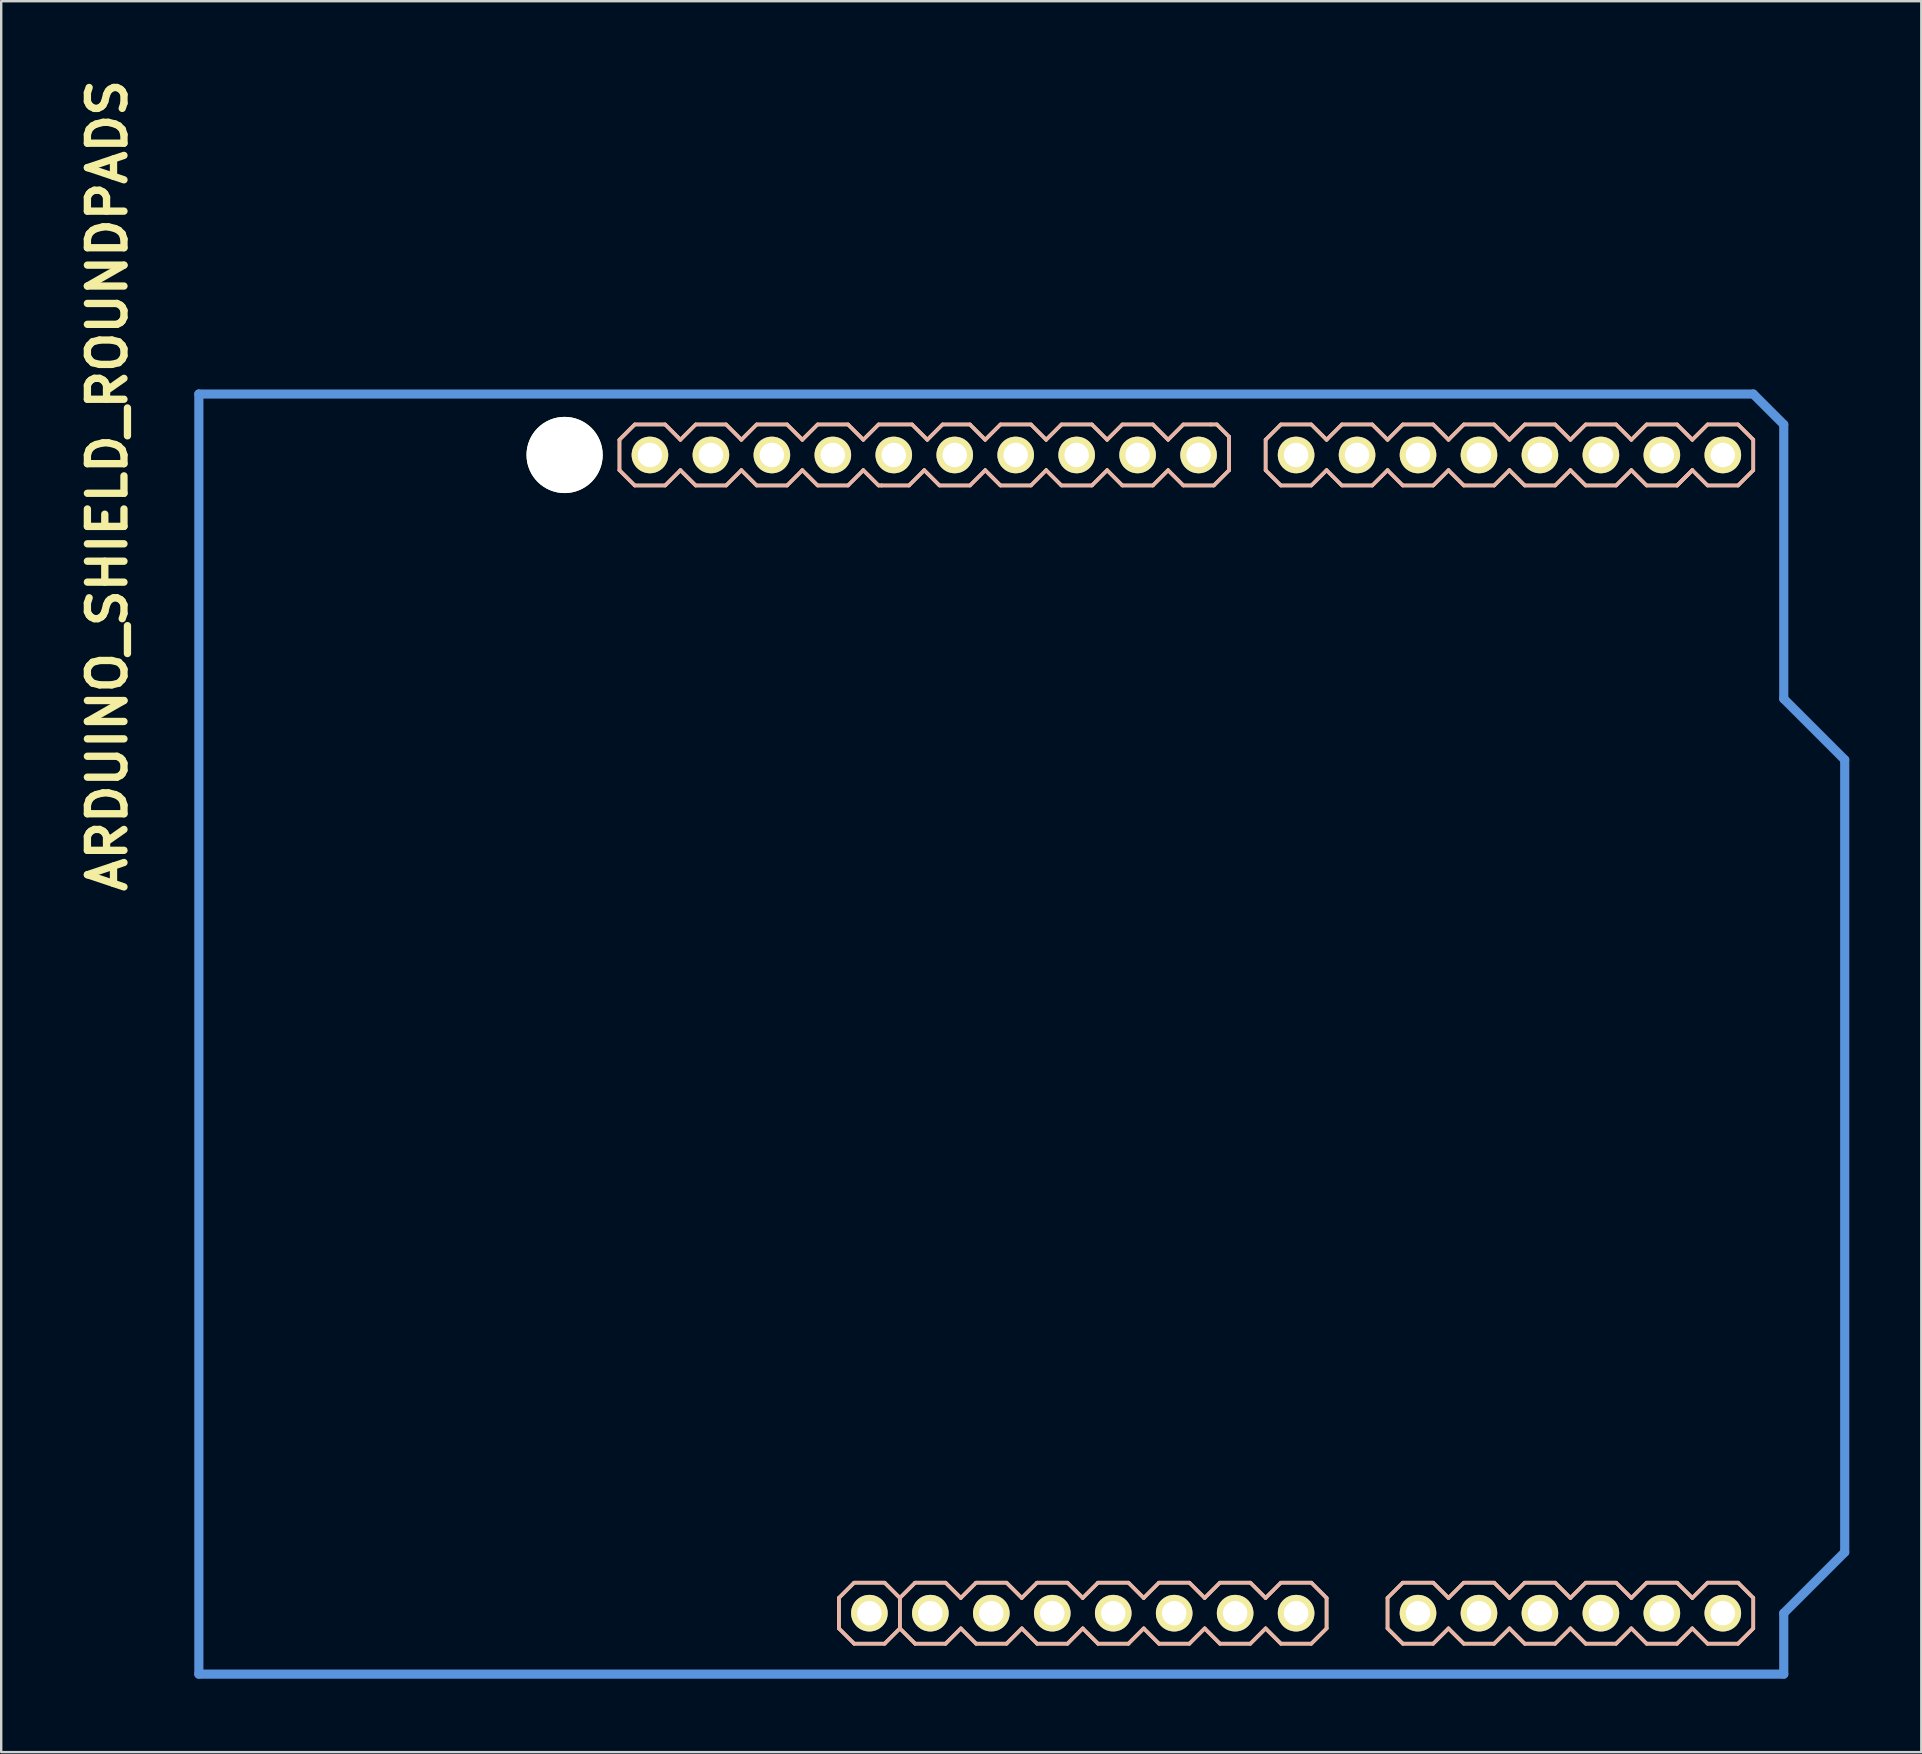
<source format=kicad_pcb>
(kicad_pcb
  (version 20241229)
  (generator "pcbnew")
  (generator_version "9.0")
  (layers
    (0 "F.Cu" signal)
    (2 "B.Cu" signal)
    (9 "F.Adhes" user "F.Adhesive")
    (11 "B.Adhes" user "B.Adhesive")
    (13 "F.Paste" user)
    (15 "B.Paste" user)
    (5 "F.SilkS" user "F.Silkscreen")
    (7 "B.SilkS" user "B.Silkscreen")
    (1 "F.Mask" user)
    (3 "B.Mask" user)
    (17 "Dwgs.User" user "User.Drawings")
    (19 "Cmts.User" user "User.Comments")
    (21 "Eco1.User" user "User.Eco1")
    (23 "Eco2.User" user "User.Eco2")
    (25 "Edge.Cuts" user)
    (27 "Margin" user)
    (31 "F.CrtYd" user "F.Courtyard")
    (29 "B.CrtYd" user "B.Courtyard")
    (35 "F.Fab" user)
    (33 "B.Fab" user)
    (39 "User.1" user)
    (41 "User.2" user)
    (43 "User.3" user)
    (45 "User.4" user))
  (footprint "ARDUINO_SHIELD_ROUNDPADS"
    (layer "F.Cu")
    (at 5.236 66.708)
    (property "Reference" "ARDUINO_SHIELD_ROUNDPADS" (at -3.81 -49.53 90) (layer "F.SilkS") (effects (font (size 1.524 1.524) (thickness 0.305))))
    (attr through_hole)
    (fp_line (start 17.526 -51.435) (end 17.526 -50.165) (stroke (width 0.15) (type solid)) (layer "F.SilkS"))
    (fp_line (start 18.161 -52.07) (end 17.526 -51.435) (stroke (width 0.15) (type solid)) (layer "F.SilkS"))
    (fp_line (start 18.161 -49.53) (end 17.526 -50.165) (stroke (width 0.15) (type solid)) (layer "F.SilkS"))
    (fp_line (start 19.431 -52.07) (end 18.161 -52.07) (stroke (width 0.15) (type solid)) (layer "F.SilkS"))
    (fp_line (start 19.431 -49.53) (end 18.161 -49.53) (stroke (width 0.15) (type solid)) (layer "F.SilkS"))
    (fp_line (start 20.066 -51.435) (end 19.431 -52.07) (stroke (width 0.15) (type solid)) (layer "F.SilkS"))
    (fp_line (start 20.066 -50.165) (end 19.431 -49.53) (stroke (width 0.15) (type solid)) (layer "F.SilkS"))
    (fp_line (start 20.701 -52.07) (end 20.066 -51.435) (stroke (width 0.15) (type solid)) (layer "F.SilkS"))
    (fp_line (start 20.701 -49.53) (end 20.066 -50.165) (stroke (width 0.15) (type solid)) (layer "F.SilkS"))
    (fp_line (start 21.971 -52.07) (end 20.701 -52.07) (stroke (width 0.15) (type solid)) (layer "F.SilkS"))
    (fp_line (start 21.971 -49.53) (end 20.701 -49.53) (stroke (width 0.15) (type solid)) (layer "F.SilkS"))
    (fp_line (start 22.606 -51.435) (end 21.971 -52.07) (stroke (width 0.15) (type solid)) (layer "F.SilkS"))
    (fp_line (start 22.606 -50.165) (end 21.971 -49.53) (stroke (width 0.15) (type solid)) (layer "F.SilkS"))
    (fp_line (start 23.241 -52.07) (end 22.606 -51.435) (stroke (width 0.15) (type solid)) (layer "F.SilkS"))
    (fp_line (start 23.241 -49.53) (end 22.606 -50.165) (stroke (width 0.15) (type solid)) (layer "F.SilkS"))
    (fp_line (start 24.511 -52.07) (end 23.241 -52.07) (stroke (width 0.15) (type solid)) (layer "F.SilkS"))
    (fp_line (start 24.511 -49.53) (end 23.241 -49.53) (stroke (width 0.15) (type solid)) (layer "F.SilkS"))
    (fp_line (start 25.146 -51.435) (end 24.511 -52.07) (stroke (width 0.15) (type solid)) (layer "F.SilkS"))
    (fp_line (start 25.146 -50.165) (end 24.511 -49.53) (stroke (width 0.15) (type solid)) (layer "F.SilkS"))
    (fp_line (start 25.781 -52.07) (end 25.146 -51.435) (stroke (width 0.15) (type solid)) (layer "F.SilkS"))
    (fp_line (start 25.781 -49.53) (end 25.146 -50.165) (stroke (width 0.15) (type solid)) (layer "F.SilkS"))
    (fp_line (start 26.67 -3.175) (end 27.305 -3.81) (stroke (width 0.15) (type solid)) (layer "F.SilkS"))
    (fp_line (start 26.67 -1.905) (end 26.67 -3.175) (stroke (width 0.15) (type solid)) (layer "F.SilkS"))
    (fp_line (start 27.051 -52.07) (end 25.781 -52.07) (stroke (width 0.15) (type solid)) (layer "F.SilkS"))
    (fp_line (start 27.051 -49.53) (end 25.781 -49.53) (stroke (width 0.15) (type solid)) (layer "F.SilkS"))
    (fp_line (start 27.305 -3.81) (end 28.575 -3.81) (stroke (width 0.15) (type solid)) (layer "F.SilkS"))
    (fp_line (start 27.305 -1.27) (end 26.67 -1.905) (stroke (width 0.15) (type solid)) (layer "F.SilkS"))
    (fp_line (start 27.686 -51.435) (end 27.051 -52.07) (stroke (width 0.15) (type solid)) (layer "F.SilkS"))
    (fp_line (start 27.686 -50.165) (end 27.051 -49.53) (stroke (width 0.15) (type solid)) (layer "F.SilkS"))
    (fp_line (start 28.321 -52.07) (end 27.686 -51.435) (stroke (width 0.15) (type solid)) (layer "F.SilkS"))
    (fp_line (start 28.321 -49.53) (end 27.686 -50.165) (stroke (width 0.15) (type solid)) (layer "F.SilkS"))
    (fp_line (start 28.448 -49.53) (end 28.321 -49.53) (stroke (width 0.15) (type solid)) (layer "F.SilkS"))
    (fp_line (start 28.575 -3.81) (end 29.21 -3.175) (stroke (width 0.15) (type solid)) (layer "F.SilkS"))
    (fp_line (start 28.575 -1.27) (end 27.305 -1.27) (stroke (width 0.15) (type solid)) (layer "F.SilkS"))
    (fp_line (start 29.21 -3.175) (end 29.21 -1.905) (stroke (width 0.15) (type solid)) (layer "F.SilkS"))
    (fp_line (start 29.21 -3.175) (end 29.845 -3.81) (stroke (width 0.15) (type solid)) (layer "F.SilkS"))
    (fp_line (start 29.21 -1.905) (end 28.575 -1.27) (stroke (width 0.15) (type solid)) (layer "F.SilkS"))
    (fp_line (start 29.591 -49.53) (end 28.448 -49.53) (stroke (width 0.15) (type solid)) (layer "F.SilkS"))
    (fp_line (start 29.718 -52.07) (end 28.321 -52.07) (stroke (width 0.15) (type solid)) (layer "F.SilkS"))
    (fp_line (start 29.845 -3.81) (end 31.115 -3.81) (stroke (width 0.15) (type solid)) (layer "F.SilkS"))
    (fp_line (start 29.845 -1.27) (end 29.21 -1.905) (stroke (width 0.15) (type solid)) (layer "F.SilkS"))
    (fp_line (start 30.226 -50.165) (end 29.591 -49.53) (stroke (width 0.15) (type solid)) (layer "F.SilkS"))
    (fp_line (start 30.353 -51.435) (end 29.718 -52.07) (stroke (width 0.15) (type solid)) (layer "F.SilkS"))
    (fp_line (start 30.861 -49.53) (end 30.226 -50.165) (stroke (width 0.15) (type solid)) (layer "F.SilkS"))
    (fp_line (start 30.988 -52.07) (end 30.353 -51.435) (stroke (width 0.15) (type solid)) (layer "F.SilkS"))
    (fp_line (start 31.115 -3.81) (end 31.75 -3.175) (stroke (width 0.15) (type solid)) (layer "F.SilkS"))
    (fp_line (start 31.115 -1.27) (end 29.845 -1.27) (stroke (width 0.15) (type solid)) (layer "F.SilkS"))
    (fp_line (start 31.75 -3.175) (end 32.385 -3.81) (stroke (width 0.15) (type solid)) (layer "F.SilkS"))
    (fp_line (start 31.75 -1.905) (end 31.115 -1.27) (stroke (width 0.15) (type solid)) (layer "F.SilkS"))
    (fp_line (start 32.131 -52.07) (end 30.988 -52.07) (stroke (width 0.15) (type solid)) (layer "F.SilkS"))
    (fp_line (start 32.131 -49.53) (end 30.861 -49.53) (stroke (width 0.15) (type solid)) (layer "F.SilkS"))
    (fp_line (start 32.385 -3.81) (end 33.655 -3.81) (stroke (width 0.15) (type solid)) (layer "F.SilkS"))
    (fp_line (start 32.385 -1.27) (end 31.75 -1.905) (stroke (width 0.15) (type solid)) (layer "F.SilkS"))
    (fp_line (start 32.385 -1.27) (end 33.655 -1.27) (stroke (width 0.15) (type solid)) (layer "F.SilkS"))
    (fp_line (start 32.766 -51.435) (end 32.131 -52.07) (stroke (width 0.15) (type solid)) (layer "F.SilkS"))
    (fp_line (start 32.766 -50.165) (end 32.131 -49.53) (stroke (width 0.15) (type solid)) (layer "F.SilkS"))
    (fp_line (start 33.401 -52.07) (end 32.766 -51.435) (stroke (width 0.15) (type solid)) (layer "F.SilkS"))
    (fp_line (start 33.401 -49.53) (end 32.766 -50.165) (stroke (width 0.15) (type solid)) (layer "F.SilkS"))
    (fp_line (start 33.655 -3.81) (end 34.29 -3.175) (stroke (width 0.15) (type solid)) (layer "F.SilkS"))
    (fp_line (start 34.29 -3.175) (end 34.925 -3.81) (stroke (width 0.15) (type solid)) (layer "F.SilkS"))
    (fp_line (start 34.29 -1.905) (end 33.655 -1.27) (stroke (width 0.15) (type solid)) (layer "F.SilkS"))
    (fp_line (start 34.671 -52.07) (end 33.401 -52.07) (stroke (width 0.15) (type solid)) (layer "F.SilkS"))
    (fp_line (start 34.671 -49.53) (end 33.401 -49.53) (stroke (width 0.15) (type solid)) (layer "F.SilkS"))
    (fp_line (start 34.925 -3.81) (end 36.195 -3.81) (stroke (width 0.15) (type solid)) (layer "F.SilkS"))
    (fp_line (start 34.925 -1.27) (end 34.29 -1.905) (stroke (width 0.15) (type solid)) (layer "F.SilkS"))
    (fp_line (start 35.306 -51.435) (end 34.671 -52.07) (stroke (width 0.15) (type solid)) (layer "F.SilkS"))
    (fp_line (start 35.306 -50.165) (end 34.671 -49.53) (stroke (width 0.15) (type solid)) (layer "F.SilkS"))
    (fp_line (start 35.941 -52.07) (end 35.306 -51.435) (stroke (width 0.15) (type solid)) (layer "F.SilkS"))
    (fp_line (start 35.941 -49.53) (end 35.306 -50.165) (stroke (width 0.15) (type solid)) (layer "F.SilkS"))
    (fp_line (start 36.195 -3.81) (end 36.83 -3.175) (stroke (width 0.15) (type solid)) (layer "F.SilkS"))
    (fp_line (start 36.195 -1.27) (end 34.925 -1.27) (stroke (width 0.15) (type solid)) (layer "F.SilkS"))
    (fp_line (start 36.83 -3.175) (end 37.465 -3.81) (stroke (width 0.15) (type solid)) (layer "F.SilkS"))
    (fp_line (start 36.83 -1.905) (end 36.195 -1.27) (stroke (width 0.15) (type solid)) (layer "F.SilkS"))
    (fp_line (start 37.211 -52.07) (end 35.941 -52.07) (stroke (width 0.15) (type solid)) (layer "F.SilkS"))
    (fp_line (start 37.211 -49.53) (end 35.941 -49.53) (stroke (width 0.15) (type solid)) (layer "F.SilkS"))
    (fp_line (start 37.465 -3.81) (end 38.735 -3.81) (stroke (width 0.15) (type solid)) (layer "F.SilkS"))
    (fp_line (start 37.465 -1.27) (end 36.83 -1.905) (stroke (width 0.15) (type solid)) (layer "F.SilkS"))
    (fp_line (start 37.846 -51.435) (end 37.211 -52.07) (stroke (width 0.15) (type solid)) (layer "F.SilkS"))
    (fp_line (start 37.846 -50.165) (end 37.211 -49.53) (stroke (width 0.15) (type solid)) (layer "F.SilkS"))
    (fp_line (start 38.481 -52.07) (end 37.846 -51.435) (stroke (width 0.15) (type solid)) (layer "F.SilkS"))
    (fp_line (start 38.481 -49.53) (end 37.846 -50.165) (stroke (width 0.15) (type solid)) (layer "F.SilkS"))
    (fp_line (start 38.735 -3.81) (end 39.37 -3.175) (stroke (width 0.15) (type solid)) (layer "F.SilkS"))
    (fp_line (start 38.735 -1.27) (end 37.465 -1.27) (stroke (width 0.15) (type solid)) (layer "F.SilkS"))
    (fp_line (start 39.37 -3.175) (end 40.005 -3.81) (stroke (width 0.15) (type solid)) (layer "F.SilkS"))
    (fp_line (start 39.37 -1.905) (end 38.735 -1.27) (stroke (width 0.15) (type solid)) (layer "F.SilkS"))
    (fp_line (start 39.751 -52.07) (end 38.481 -52.07) (stroke (width 0.15) (type solid)) (layer "F.SilkS"))
    (fp_line (start 39.751 -49.53) (end 38.481 -49.53) (stroke (width 0.15) (type solid)) (layer "F.SilkS"))
    (fp_line (start 40.005 -3.81) (end 41.275 -3.81) (stroke (width 0.15) (type solid)) (layer "F.SilkS"))
    (fp_line (start 40.005 -1.27) (end 39.37 -1.905) (stroke (width 0.15) (type solid)) (layer "F.SilkS"))
    (fp_line (start 40.386 -51.435) (end 39.751 -52.07) (stroke (width 0.15) (type solid)) (layer "F.SilkS"))
    (fp_line (start 40.386 -50.165) (end 39.751 -49.53) (stroke (width 0.15) (type solid)) (layer "F.SilkS"))
    (fp_line (start 41.021 -52.07) (end 40.386 -51.435) (stroke (width 0.15) (type solid)) (layer "F.SilkS"))
    (fp_line (start 41.021 -52.07) (end 42.164 -52.07) (stroke (width 0.15) (type solid)) (layer "F.SilkS"))
    (fp_line (start 41.021 -49.53) (end 40.386 -50.165) (stroke (width 0.15) (type solid)) (layer "F.SilkS"))
    (fp_line (start 41.275 -3.81) (end 41.91 -3.175) (stroke (width 0.15) (type solid)) (layer "F.SilkS"))
    (fp_line (start 41.275 -1.27) (end 40.005 -1.27) (stroke (width 0.15) (type solid)) (layer "F.SilkS"))
    (fp_line (start 41.91 -3.175) (end 42.545 -3.81) (stroke (width 0.15) (type solid)) (layer "F.SilkS"))
    (fp_line (start 41.91 -1.905) (end 41.275 -1.27) (stroke (width 0.15) (type solid)) (layer "F.SilkS"))
    (fp_line (start 42.291 -49.53) (end 41.021 -49.53) (stroke (width 0.15) (type solid)) (layer "F.SilkS"))
    (fp_line (start 42.418 -52.07) (end 42.164 -52.07) (stroke (width 0.15) (type solid)) (layer "F.SilkS"))
    (fp_line (start 42.545 -3.81) (end 43.815 -3.81) (stroke (width 0.15) (type solid)) (layer "F.SilkS"))
    (fp_line (start 42.545 -1.27) (end 41.91 -1.905) (stroke (width 0.15) (type solid)) (layer "F.SilkS"))
    (fp_line (start 42.926 -51.562) (end 42.418 -52.07) (stroke (width 0.15) (type solid)) (layer "F.SilkS"))
    (fp_line (start 42.926 -50.165) (end 42.291 -49.53) (stroke (width 0.15) (type solid)) (layer "F.SilkS"))
    (fp_line (start 42.926 -50.165) (end 42.926 -51.562) (stroke (width 0.15) (type solid)) (layer "F.SilkS"))
    (fp_line (start 43.815 -3.81) (end 44.45 -3.175) (stroke (width 0.15) (type solid)) (layer "F.SilkS"))
    (fp_line (start 43.815 -1.27) (end 42.545 -1.27) (stroke (width 0.15) (type solid)) (layer "F.SilkS"))
    (fp_line (start 44.45 -51.435) (end 45.085 -52.07) (stroke (width 0.15) (type solid)) (layer "F.SilkS"))
    (fp_line (start 44.45 -50.165) (end 44.45 -51.435) (stroke (width 0.15) (type solid)) (layer "F.SilkS"))
    (fp_line (start 44.45 -3.175) (end 45.085 -3.81) (stroke (width 0.15) (type solid)) (layer "F.SilkS"))
    (fp_line (start 44.45 -1.905) (end 43.815 -1.27) (stroke (width 0.15) (type solid)) (layer "F.SilkS"))
    (fp_line (start 45.085 -52.07) (end 46.355 -52.07) (stroke (width 0.15) (type solid)) (layer "F.SilkS"))
    (fp_line (start 45.085 -49.53) (end 44.45 -50.165) (stroke (width 0.15) (type solid)) (layer "F.SilkS"))
    (fp_line (start 45.085 -3.81) (end 46.355 -3.81) (stroke (width 0.15) (type solid)) (layer "F.SilkS"))
    (fp_line (start 45.085 -1.27) (end 44.45 -1.905) (stroke (width 0.15) (type solid)) (layer "F.SilkS"))
    (fp_line (start 46.355 -52.07) (end 46.99 -51.435) (stroke (width 0.15) (type solid)) (layer "F.SilkS"))
    (fp_line (start 46.355 -49.53) (end 45.085 -49.53) (stroke (width 0.15) (type solid)) (layer "F.SilkS"))
    (fp_line (start 46.355 -3.81) (end 46.99 -3.175) (stroke (width 0.15) (type solid)) (layer "F.SilkS"))
    (fp_line (start 46.355 -1.27) (end 45.085 -1.27) (stroke (width 0.15) (type solid)) (layer "F.SilkS"))
    (fp_line (start 46.99 -51.435) (end 47.625 -52.07) (stroke (width 0.15) (type solid)) (layer "F.SilkS"))
    (fp_line (start 46.99 -50.165) (end 46.355 -49.53) (stroke (width 0.15) (type solid)) (layer "F.SilkS"))
    (fp_line (start 46.99 -3.175) (end 46.99 -1.905) (stroke (width 0.15) (type solid)) (layer "F.SilkS"))
    (fp_line (start 46.99 -1.905) (end 46.355 -1.27) (stroke (width 0.15) (type solid)) (layer "F.SilkS"))
    (fp_line (start 47.625 -52.07) (end 48.895 -52.07) (stroke (width 0.15) (type solid)) (layer "F.SilkS"))
    (fp_line (start 47.625 -49.53) (end 46.99 -50.165) (stroke (width 0.15) (type solid)) (layer "F.SilkS"))
    (fp_line (start 48.895 -52.07) (end 49.53 -51.435) (stroke (width 0.15) (type solid)) (layer "F.SilkS"))
    (fp_line (start 48.895 -49.53) (end 47.625 -49.53) (stroke (width 0.15) (type solid)) (layer "F.SilkS"))
    (fp_line (start 49.53 -51.435) (end 50.165 -52.07) (stroke (width 0.15) (type solid)) (layer "F.SilkS"))
    (fp_line (start 49.53 -50.165) (end 48.895 -49.53) (stroke (width 0.15) (type solid)) (layer "F.SilkS"))
    (fp_line (start 49.53 -3.175) (end 49.53 -1.905) (stroke (width 0.15) (type solid)) (layer "F.SilkS"))
    (fp_line (start 49.53 -1.905) (end 50.165 -1.27) (stroke (width 0.15) (type solid)) (layer "F.SilkS"))
    (fp_line (start 50.165 -52.07) (end 51.435 -52.07) (stroke (width 0.15) (type solid)) (layer "F.SilkS"))
    (fp_line (start 50.165 -49.53) (end 49.53 -50.165) (stroke (width 0.15) (type solid)) (layer "F.SilkS"))
    (fp_line (start 50.165 -3.81) (end 49.53 -3.175) (stroke (width 0.15) (type solid)) (layer "F.SilkS"))
    (fp_line (start 50.165 -1.27) (end 51.435 -1.27) (stroke (width 0.15) (type solid)) (layer "F.SilkS"))
    (fp_line (start 51.435 -52.07) (end 52.07 -51.435) (stroke (width 0.15) (type solid)) (layer "F.SilkS"))
    (fp_line (start 51.435 -49.53) (end 50.165 -49.53) (stroke (width 0.15) (type solid)) (layer "F.SilkS"))
    (fp_line (start 51.435 -3.81) (end 50.165 -3.81) (stroke (width 0.15) (type solid)) (layer "F.SilkS"))
    (fp_line (start 51.435 -1.27) (end 52.07 -1.905) (stroke (width 0.15) (type solid)) (layer "F.SilkS"))
    (fp_line (start 52.07 -51.435) (end 52.705 -52.07) (stroke (width 0.15) (type solid)) (layer "F.SilkS"))
    (fp_line (start 52.07 -50.165) (end 51.435 -49.53) (stroke (width 0.15) (type solid)) (layer "F.SilkS"))
    (fp_line (start 52.07 -3.175) (end 51.435 -3.81) (stroke (width 0.15) (type solid)) (layer "F.SilkS"))
    (fp_line (start 52.07 -1.905) (end 52.705 -1.27) (stroke (width 0.15) (type solid)) (layer "F.SilkS"))
    (fp_line (start 52.705 -52.07) (end 53.975 -52.07) (stroke (width 0.15) (type solid)) (layer "F.SilkS"))
    (fp_line (start 52.705 -49.53) (end 52.07 -50.165) (stroke (width 0.15) (type solid)) (layer "F.SilkS"))
    (fp_line (start 52.705 -3.81) (end 52.07 -3.175) (stroke (width 0.15) (type solid)) (layer "F.SilkS"))
    (fp_line (start 52.705 -1.27) (end 53.975 -1.27) (stroke (width 0.15) (type solid)) (layer "F.SilkS"))
    (fp_line (start 53.975 -52.07) (end 54.61 -51.435) (stroke (width 0.15) (type solid)) (layer "F.SilkS"))
    (fp_line (start 53.975 -49.53) (end 52.705 -49.53) (stroke (width 0.15) (type solid)) (layer "F.SilkS"))
    (fp_line (start 53.975 -3.81) (end 52.705 -3.81) (stroke (width 0.15) (type solid)) (layer "F.SilkS"))
    (fp_line (start 53.975 -1.27) (end 54.61 -1.905) (stroke (width 0.15) (type solid)) (layer "F.SilkS"))
    (fp_line (start 54.61 -51.435) (end 55.245 -52.07) (stroke (width 0.15) (type solid)) (layer "F.SilkS"))
    (fp_line (start 54.61 -50.165) (end 53.975 -49.53) (stroke (width 0.15) (type solid)) (layer "F.SilkS"))
    (fp_line (start 54.61 -3.175) (end 53.975 -3.81) (stroke (width 0.15) (type solid)) (layer "F.SilkS"))
    (fp_line (start 54.61 -1.905) (end 55.245 -1.27) (stroke (width 0.15) (type solid)) (layer "F.SilkS"))
    (fp_line (start 55.245 -52.07) (end 56.515 -52.07) (stroke (width 0.15) (type solid)) (layer "F.SilkS"))
    (fp_line (start 55.245 -49.53) (end 54.61 -50.165) (stroke (width 0.15) (type solid)) (layer "F.SilkS"))
    (fp_line (start 55.245 -3.81) (end 54.61 -3.175) (stroke (width 0.15) (type solid)) (layer "F.SilkS"))
    (fp_line (start 55.245 -1.27) (end 56.515 -1.27) (stroke (width 0.15) (type solid)) (layer "F.SilkS"))
    (fp_line (start 56.515 -52.07) (end 57.15 -51.435) (stroke (width 0.15) (type solid)) (layer "F.SilkS"))
    (fp_line (start 56.515 -49.53) (end 55.245 -49.53) (stroke (width 0.15) (type solid)) (layer "F.SilkS"))
    (fp_line (start 56.515 -3.81) (end 55.245 -3.81) (stroke (width 0.15) (type solid)) (layer "F.SilkS"))
    (fp_line (start 56.515 -1.27) (end 57.15 -1.905) (stroke (width 0.15) (type solid)) (layer "F.SilkS"))
    (fp_line (start 57.15 -51.435) (end 57.785 -52.07) (stroke (width 0.15) (type solid)) (layer "F.SilkS"))
    (fp_line (start 57.15 -50.165) (end 56.515 -49.53) (stroke (width 0.15) (type solid)) (layer "F.SilkS"))
    (fp_line (start 57.15 -3.175) (end 56.515 -3.81) (stroke (width 0.15) (type solid)) (layer "F.SilkS"))
    (fp_line (start 57.15 -1.905) (end 57.785 -1.27) (stroke (width 0.15) (type solid)) (layer "F.SilkS"))
    (fp_line (start 57.785 -52.07) (end 59.055 -52.07) (stroke (width 0.15) (type solid)) (layer "F.SilkS"))
    (fp_line (start 57.785 -49.53) (end 57.15 -50.165) (stroke (width 0.15) (type solid)) (layer "F.SilkS"))
    (fp_line (start 57.785 -3.81) (end 57.15 -3.175) (stroke (width 0.15) (type solid)) (layer "F.SilkS"))
    (fp_line (start 57.785 -3.81) (end 59.055 -3.81) (stroke (width 0.15) (type solid)) (layer "F.SilkS"))
    (fp_line (start 57.785 -1.27) (end 59.055 -1.27) (stroke (width 0.15) (type solid)) (layer "F.SilkS"))
    (fp_line (start 59.055 -52.07) (end 59.69 -51.435) (stroke (width 0.15) (type solid)) (layer "F.SilkS"))
    (fp_line (start 59.055 -49.53) (end 57.785 -49.53) (stroke (width 0.15) (type solid)) (layer "F.SilkS"))
    (fp_line (start 59.055 -1.27) (end 59.69 -1.905) (stroke (width 0.15) (type solid)) (layer "F.SilkS"))
    (fp_line (start 59.69 -51.435) (end 60.325 -52.07) (stroke (width 0.15) (type solid)) (layer "F.SilkS"))
    (fp_line (start 59.69 -50.165) (end 59.055 -49.53) (stroke (width 0.15) (type solid)) (layer "F.SilkS"))
    (fp_line (start 59.69 -3.175) (end 59.055 -3.81) (stroke (width 0.15) (type solid)) (layer "F.SilkS"))
    (fp_line (start 59.69 -1.905) (end 60.325 -1.27) (stroke (width 0.15) (type solid)) (layer "F.SilkS"))
    (fp_line (start 60.325 -52.07) (end 61.595 -52.07) (stroke (width 0.15) (type solid)) (layer "F.SilkS"))
    (fp_line (start 60.325 -49.53) (end 59.69 -50.165) (stroke (width 0.15) (type solid)) (layer "F.SilkS"))
    (fp_line (start 60.325 -3.81) (end 59.69 -3.175) (stroke (width 0.15) (type solid)) (layer "F.SilkS"))
    (fp_line (start 60.325 -1.27) (end 61.595 -1.27) (stroke (width 0.15) (type solid)) (layer "F.SilkS"))
    (fp_line (start 61.595 -52.07) (end 62.23 -51.435) (stroke (width 0.15) (type solid)) (layer "F.SilkS"))
    (fp_line (start 61.595 -49.53) (end 60.325 -49.53) (stroke (width 0.15) (type solid)) (layer "F.SilkS"))
    (fp_line (start 61.595 -49.53) (end 62.23 -50.165) (stroke (width 0.15) (type solid)) (layer "F.SilkS"))
    (fp_line (start 61.595 -3.81) (end 60.325 -3.81) (stroke (width 0.15) (type solid)) (layer "F.SilkS"))
    (fp_line (start 61.595 -1.27) (end 62.23 -1.905) (stroke (width 0.15) (type solid)) (layer "F.SilkS"))
    (fp_line (start 62.23 -51.435) (end 62.865 -52.07) (stroke (width 0.15) (type solid)) (layer "F.SilkS"))
    (fp_line (start 62.23 -50.165) (end 61.595 -49.53) (stroke (width 0.15) (type solid)) (layer "F.SilkS"))
    (fp_line (start 62.23 -3.175) (end 61.595 -3.81) (stroke (width 0.15) (type solid)) (layer "F.SilkS"))
    (fp_line (start 62.23 -1.905) (end 62.865 -1.27) (stroke (width 0.15) (type solid)) (layer "F.SilkS"))
    (fp_line (start 62.865 -52.07) (end 64.135 -52.07) (stroke (width 0.15) (type solid)) (layer "F.SilkS"))
    (fp_line (start 62.865 -49.53) (end 62.23 -50.165) (stroke (width 0.15) (type solid)) (layer "F.SilkS"))
    (fp_line (start 62.865 -49.53) (end 64.135 -49.53) (stroke (width 0.15) (type solid)) (layer "F.SilkS"))
    (fp_line (start 62.865 -3.81) (end 62.23 -3.175) (stroke (width 0.15) (type solid)) (layer "F.SilkS"))
    (fp_line (start 62.865 -1.27) (end 64.135 -1.27) (stroke (width 0.15) (type solid)) (layer "F.SilkS"))
    (fp_line (start 64.135 -52.07) (end 64.77 -51.435) (stroke (width 0.15) (type solid)) (layer "F.SilkS"))
    (fp_line (start 64.135 -3.81) (end 62.865 -3.81) (stroke (width 0.15) (type solid)) (layer "F.SilkS"))
    (fp_line (start 64.135 -1.27) (end 64.77 -1.905) (stroke (width 0.15) (type solid)) (layer "F.SilkS"))
    (fp_line (start 64.77 -51.435) (end 64.77 -50.165) (stroke (width 0.15) (type solid)) (layer "F.SilkS"))
    (fp_line (start 64.77 -50.165) (end 64.135 -49.53) (stroke (width 0.15) (type solid)) (layer "F.SilkS"))
    (fp_line (start 64.77 -3.175) (end 64.135 -3.81) (stroke (width 0.15) (type solid)) (layer "F.SilkS"))
    (fp_line (start 64.77 -1.905) (end 64.77 -3.175) (stroke (width 0.15) (type solid)) (layer "F.SilkS"))
    (fp_line (start 17.526 -51.435) (end 17.526 -50.165) (stroke (width 0.15) (type solid)) (layer "B.SilkS"))
    (fp_line (start 18.161 -52.07) (end 17.526 -51.435) (stroke (width 0.15) (type solid)) (layer "B.SilkS"))
    (fp_line (start 18.161 -49.53) (end 17.526 -50.165) (stroke (width 0.15) (type solid)) (layer "B.SilkS"))
    (fp_line (start 19.431 -52.07) (end 18.161 -52.07) (stroke (width 0.15) (type solid)) (layer "B.SilkS"))
    (fp_line (start 19.431 -49.53) (end 18.161 -49.53) (stroke (width 0.15) (type solid)) (layer "B.SilkS"))
    (fp_line (start 20.066 -51.435) (end 19.431 -52.07) (stroke (width 0.15) (type solid)) (layer "B.SilkS"))
    (fp_line (start 20.066 -50.165) (end 19.431 -49.53) (stroke (width 0.15) (type solid)) (layer "B.SilkS"))
    (fp_line (start 20.701 -52.07) (end 20.066 -51.435) (stroke (width 0.15) (type solid)) (layer "B.SilkS"))
    (fp_line (start 20.701 -49.53) (end 20.066 -50.165) (stroke (width 0.15) (type solid)) (layer "B.SilkS"))
    (fp_line (start 21.971 -52.07) (end 20.701 -52.07) (stroke (width 0.15) (type solid)) (layer "B.SilkS"))
    (fp_line (start 21.971 -49.53) (end 20.701 -49.53) (stroke (width 0.15) (type solid)) (layer "B.SilkS"))
    (fp_line (start 22.606 -51.435) (end 21.971 -52.07) (stroke (width 0.15) (type solid)) (layer "B.SilkS"))
    (fp_line (start 22.606 -50.165) (end 21.971 -49.53) (stroke (width 0.15) (type solid)) (layer "B.SilkS"))
    (fp_line (start 23.241 -52.07) (end 22.606 -51.435) (stroke (width 0.15) (type solid)) (layer "B.SilkS"))
    (fp_line (start 23.241 -49.53) (end 22.606 -50.165) (stroke (width 0.15) (type solid)) (layer "B.SilkS"))
    (fp_line (start 24.511 -52.07) (end 23.241 -52.07) (stroke (width 0.15) (type solid)) (layer "B.SilkS"))
    (fp_line (start 24.511 -49.53) (end 23.241 -49.53) (stroke (width 0.15) (type solid)) (layer "B.SilkS"))
    (fp_line (start 25.146 -51.435) (end 24.511 -52.07) (stroke (width 0.15) (type solid)) (layer "B.SilkS"))
    (fp_line (start 25.146 -50.165) (end 24.511 -49.53) (stroke (width 0.15) (type solid)) (layer "B.SilkS"))
    (fp_line (start 25.781 -52.07) (end 25.146 -51.435) (stroke (width 0.15) (type solid)) (layer "B.SilkS"))
    (fp_line (start 25.781 -49.53) (end 25.146 -50.165) (stroke (width 0.15) (type solid)) (layer "B.SilkS"))
    (fp_line (start 26.67 -3.175) (end 27.305 -3.81) (stroke (width 0.15) (type solid)) (layer "B.SilkS"))
    (fp_line (start 26.67 -1.905) (end 26.67 -3.175) (stroke (width 0.15) (type solid)) (layer "B.SilkS"))
    (fp_line (start 27.051 -52.07) (end 25.781 -52.07) (stroke (width 0.15) (type solid)) (layer "B.SilkS"))
    (fp_line (start 27.051 -49.53) (end 25.781 -49.53) (stroke (width 0.15) (type solid)) (layer "B.SilkS"))
    (fp_line (start 27.305 -3.81) (end 28.575 -3.81) (stroke (width 0.15) (type solid)) (layer "B.SilkS"))
    (fp_line (start 27.305 -1.27) (end 26.67 -1.905) (stroke (width 0.15) (type solid)) (layer "B.SilkS"))
    (fp_line (start 27.686 -51.435) (end 27.051 -52.07) (stroke (width 0.15) (type solid)) (layer "B.SilkS"))
    (fp_line (start 27.686 -50.165) (end 27.051 -49.53) (stroke (width 0.15) (type solid)) (layer "B.SilkS"))
    (fp_line (start 28.321 -52.07) (end 27.686 -51.435) (stroke (width 0.15) (type solid)) (layer "B.SilkS"))
    (fp_line (start 28.321 -49.53) (end 27.686 -50.165) (stroke (width 0.15) (type solid)) (layer "B.SilkS"))
    (fp_line (start 28.448 -49.53) (end 28.321 -49.53) (stroke (width 0.15) (type solid)) (layer "B.SilkS"))
    (fp_line (start 28.575 -3.81) (end 29.21 -3.175) (stroke (width 0.15) (type solid)) (layer "B.SilkS"))
    (fp_line (start 28.575 -1.27) (end 27.305 -1.27) (stroke (width 0.15) (type solid)) (layer "B.SilkS"))
    (fp_line (start 29.21 -3.175) (end 29.21 -1.905) (stroke (width 0.15) (type solid)) (layer "B.SilkS"))
    (fp_line (start 29.21 -3.175) (end 29.845 -3.81) (stroke (width 0.15) (type solid)) (layer "B.SilkS"))
    (fp_line (start 29.21 -1.905) (end 28.575 -1.27) (stroke (width 0.15) (type solid)) (layer "B.SilkS"))
    (fp_line (start 29.591 -49.53) (end 28.448 -49.53) (stroke (width 0.15) (type solid)) (layer "B.SilkS"))
    (fp_line (start 29.718 -52.07) (end 28.321 -52.07) (stroke (width 0.15) (type solid)) (layer "B.SilkS"))
    (fp_line (start 29.845 -3.81) (end 31.115 -3.81) (stroke (width 0.15) (type solid)) (layer "B.SilkS"))
    (fp_line (start 29.845 -1.27) (end 29.21 -1.905) (stroke (width 0.15) (type solid)) (layer "B.SilkS"))
    (fp_line (start 30.226 -50.165) (end 29.591 -49.53) (stroke (width 0.15) (type solid)) (layer "B.SilkS"))
    (fp_line (start 30.353 -51.435) (end 29.718 -52.07) (stroke (width 0.15) (type solid)) (layer "B.SilkS"))
    (fp_line (start 30.861 -49.53) (end 30.226 -50.165) (stroke (width 0.15) (type solid)) (layer "B.SilkS"))
    (fp_line (start 30.988 -52.07) (end 30.353 -51.435) (stroke (width 0.15) (type solid)) (layer "B.SilkS"))
    (fp_line (start 31.115 -3.81) (end 31.75 -3.175) (stroke (width 0.15) (type solid)) (layer "B.SilkS"))
    (fp_line (start 31.115 -1.27) (end 29.845 -1.27) (stroke (width 0.15) (type solid)) (layer "B.SilkS"))
    (fp_line (start 31.75 -3.175) (end 32.385 -3.81) (stroke (width 0.15) (type solid)) (layer "B.SilkS"))
    (fp_line (start 31.75 -1.905) (end 31.115 -1.27) (stroke (width 0.15) (type solid)) (layer "B.SilkS"))
    (fp_line (start 32.131 -52.07) (end 30.988 -52.07) (stroke (width 0.15) (type solid)) (layer "B.SilkS"))
    (fp_line (start 32.131 -49.53) (end 30.861 -49.53) (stroke (width 0.15) (type solid)) (layer "B.SilkS"))
    (fp_line (start 32.385 -3.81) (end 33.655 -3.81) (stroke (width 0.15) (type solid)) (layer "B.SilkS"))
    (fp_line (start 32.385 -1.27) (end 31.75 -1.905) (stroke (width 0.15) (type solid)) (layer "B.SilkS"))
    (fp_line (start 32.385 -1.27) (end 33.655 -1.27) (stroke (width 0.15) (type solid)) (layer "B.SilkS"))
    (fp_line (start 32.766 -51.435) (end 32.131 -52.07) (stroke (width 0.15) (type solid)) (layer "B.SilkS"))
    (fp_line (start 32.766 -50.165) (end 32.131 -49.53) (stroke (width 0.15) (type solid)) (layer "B.SilkS"))
    (fp_line (start 33.401 -52.07) (end 32.766 -51.435) (stroke (width 0.15) (type solid)) (layer "B.SilkS"))
    (fp_line (start 33.401 -49.53) (end 32.766 -50.165) (stroke (width 0.15) (type solid)) (layer "B.SilkS"))
    (fp_line (start 33.655 -3.81) (end 34.29 -3.175) (stroke (width 0.15) (type solid)) (layer "B.SilkS"))
    (fp_line (start 34.29 -3.175) (end 34.925 -3.81) (stroke (width 0.15) (type solid)) (layer "B.SilkS"))
    (fp_line (start 34.29 -1.905) (end 33.655 -1.27) (stroke (width 0.15) (type solid)) (layer "B.SilkS"))
    (fp_line (start 34.671 -52.07) (end 33.401 -52.07) (stroke (width 0.15) (type solid)) (layer "B.SilkS"))
    (fp_line (start 34.671 -49.53) (end 33.401 -49.53) (stroke (width 0.15) (type solid)) (layer "B.SilkS"))
    (fp_line (start 34.925 -3.81) (end 36.195 -3.81) (stroke (width 0.15) (type solid)) (layer "B.SilkS"))
    (fp_line (start 34.925 -1.27) (end 34.29 -1.905) (stroke (width 0.15) (type solid)) (layer "B.SilkS"))
    (fp_line (start 35.306 -51.435) (end 34.671 -52.07) (stroke (width 0.15) (type solid)) (layer "B.SilkS"))
    (fp_line (start 35.306 -50.165) (end 34.671 -49.53) (stroke (width 0.15) (type solid)) (layer "B.SilkS"))
    (fp_line (start 35.941 -52.07) (end 35.306 -51.435) (stroke (width 0.15) (type solid)) (layer "B.SilkS"))
    (fp_line (start 35.941 -49.53) (end 35.306 -50.165) (stroke (width 0.15) (type solid)) (layer "B.SilkS"))
    (fp_line (start 36.195 -3.81) (end 36.83 -3.175) (stroke (width 0.15) (type solid)) (layer "B.SilkS"))
    (fp_line (start 36.195 -1.27) (end 34.925 -1.27) (stroke (width 0.15) (type solid)) (layer "B.SilkS"))
    (fp_line (start 36.83 -3.175) (end 37.465 -3.81) (stroke (width 0.15) (type solid)) (layer "B.SilkS"))
    (fp_line (start 36.83 -1.905) (end 36.195 -1.27) (stroke (width 0.15) (type solid)) (layer "B.SilkS"))
    (fp_line (start 37.211 -52.07) (end 35.941 -52.07) (stroke (width 0.15) (type solid)) (layer "B.SilkS"))
    (fp_line (start 37.211 -49.53) (end 35.941 -49.53) (stroke (width 0.15) (type solid)) (layer "B.SilkS"))
    (fp_line (start 37.465 -3.81) (end 38.735 -3.81) (stroke (width 0.15) (type solid)) (layer "B.SilkS"))
    (fp_line (start 37.465 -1.27) (end 36.83 -1.905) (stroke (width 0.15) (type solid)) (layer "B.SilkS"))
    (fp_line (start 37.846 -51.435) (end 37.211 -52.07) (stroke (width 0.15) (type solid)) (layer "B.SilkS"))
    (fp_line (start 37.846 -50.165) (end 37.211 -49.53) (stroke (width 0.15) (type solid)) (layer "B.SilkS"))
    (fp_line (start 38.481 -52.07) (end 37.846 -51.435) (stroke (width 0.15) (type solid)) (layer "B.SilkS"))
    (fp_line (start 38.481 -49.53) (end 37.846 -50.165) (stroke (width 0.15) (type solid)) (layer "B.SilkS"))
    (fp_line (start 38.735 -3.81) (end 39.37 -3.175) (stroke (width 0.15) (type solid)) (layer "B.SilkS"))
    (fp_line (start 38.735 -1.27) (end 37.465 -1.27) (stroke (width 0.15) (type solid)) (layer "B.SilkS"))
    (fp_line (start 39.37 -3.175) (end 40.005 -3.81) (stroke (width 0.15) (type solid)) (layer "B.SilkS"))
    (fp_line (start 39.37 -1.905) (end 38.735 -1.27) (stroke (width 0.15) (type solid)) (layer "B.SilkS"))
    (fp_line (start 39.751 -52.07) (end 38.481 -52.07) (stroke (width 0.15) (type solid)) (layer "B.SilkS"))
    (fp_line (start 39.751 -49.53) (end 38.481 -49.53) (stroke (width 0.15) (type solid)) (layer "B.SilkS"))
    (fp_line (start 40.005 -3.81) (end 41.275 -3.81) (stroke (width 0.15) (type solid)) (layer "B.SilkS"))
    (fp_line (start 40.005 -1.27) (end 39.37 -1.905) (stroke (width 0.15) (type solid)) (layer "B.SilkS"))
    (fp_line (start 40.386 -51.435) (end 39.751 -52.07) (stroke (width 0.15) (type solid)) (layer "B.SilkS"))
    (fp_line (start 40.386 -50.165) (end 39.751 -49.53) (stroke (width 0.15) (type solid)) (layer "B.SilkS"))
    (fp_line (start 41.021 -52.07) (end 40.386 -51.435) (stroke (width 0.15) (type solid)) (layer "B.SilkS"))
    (fp_line (start 41.021 -52.07) (end 42.164 -52.07) (stroke (width 0.15) (type solid)) (layer "B.SilkS"))
    (fp_line (start 41.021 -49.53) (end 40.386 -50.165) (stroke (width 0.15) (type solid)) (layer "B.SilkS"))
    (fp_line (start 41.275 -3.81) (end 41.91 -3.175) (stroke (width 0.15) (type solid)) (layer "B.SilkS"))
    (fp_line (start 41.275 -1.27) (end 40.005 -1.27) (stroke (width 0.15) (type solid)) (layer "B.SilkS"))
    (fp_line (start 41.91 -3.175) (end 42.545 -3.81) (stroke (width 0.15) (type solid)) (layer "B.SilkS"))
    (fp_line (start 41.91 -1.905) (end 41.275 -1.27) (stroke (width 0.15) (type solid)) (layer "B.SilkS"))
    (fp_line (start 42.291 -49.53) (end 41.021 -49.53) (stroke (width 0.15) (type solid)) (layer "B.SilkS"))
    (fp_line (start 42.418 -52.07) (end 42.164 -52.07) (stroke (width 0.15) (type solid)) (layer "B.SilkS"))
    (fp_line (start 42.545 -3.81) (end 43.815 -3.81) (stroke (width 0.15) (type solid)) (layer "B.SilkS"))
    (fp_line (start 42.545 -1.27) (end 41.91 -1.905) (stroke (width 0.15) (type solid)) (layer "B.SilkS"))
    (fp_line (start 42.926 -51.562) (end 42.418 -52.07) (stroke (width 0.15) (type solid)) (layer "B.SilkS"))
    (fp_line (start 42.926 -50.165) (end 42.291 -49.53) (stroke (width 0.15) (type solid)) (layer "B.SilkS"))
    (fp_line (start 42.926 -50.165) (end 42.926 -51.562) (stroke (width 0.15) (type solid)) (layer "B.SilkS"))
    (fp_line (start 43.815 -3.81) (end 44.45 -3.175) (stroke (width 0.15) (type solid)) (layer "B.SilkS"))
    (fp_line (start 43.815 -1.27) (end 42.545 -1.27) (stroke (width 0.15) (type solid)) (layer "B.SilkS"))
    (fp_line (start 44.45 -51.435) (end 45.085 -52.07) (stroke (width 0.15) (type solid)) (layer "B.SilkS"))
    (fp_line (start 44.45 -50.165) (end 44.45 -51.435) (stroke (width 0.15) (type solid)) (layer "B.SilkS"))
    (fp_line (start 44.45 -3.175) (end 45.085 -3.81) (stroke (width 0.15) (type solid)) (layer "B.SilkS"))
    (fp_line (start 44.45 -1.905) (end 43.815 -1.27) (stroke (width 0.15) (type solid)) (layer "B.SilkS"))
    (fp_line (start 45.085 -52.07) (end 46.355 -52.07) (stroke (width 0.15) (type solid)) (layer "B.SilkS"))
    (fp_line (start 45.085 -49.53) (end 44.45 -50.165) (stroke (width 0.15) (type solid)) (layer "B.SilkS"))
    (fp_line (start 45.085 -3.81) (end 46.355 -3.81) (stroke (width 0.15) (type solid)) (layer "B.SilkS"))
    (fp_line (start 45.085 -1.27) (end 44.45 -1.905) (stroke (width 0.15) (type solid)) (layer "B.SilkS"))
    (fp_line (start 46.355 -52.07) (end 46.99 -51.435) (stroke (width 0.15) (type solid)) (layer "B.SilkS"))
    (fp_line (start 46.355 -49.53) (end 45.085 -49.53) (stroke (width 0.15) (type solid)) (layer "B.SilkS"))
    (fp_line (start 46.355 -3.81) (end 46.99 -3.175) (stroke (width 0.15) (type solid)) (layer "B.SilkS"))
    (fp_line (start 46.355 -1.27) (end 45.085 -1.27) (stroke (width 0.15) (type solid)) (layer "B.SilkS"))
    (fp_line (start 46.99 -51.435) (end 47.625 -52.07) (stroke (width 0.15) (type solid)) (layer "B.SilkS"))
    (fp_line (start 46.99 -50.165) (end 46.355 -49.53) (stroke (width 0.15) (type solid)) (layer "B.SilkS"))
    (fp_line (start 46.99 -3.175) (end 46.99 -1.905) (stroke (width 0.15) (type solid)) (layer "B.SilkS"))
    (fp_line (start 46.99 -1.905) (end 46.355 -1.27) (stroke (width 0.15) (type solid)) (layer "B.SilkS"))
    (fp_line (start 47.625 -52.07) (end 48.895 -52.07) (stroke (width 0.15) (type solid)) (layer "B.SilkS"))
    (fp_line (start 47.625 -49.53) (end 46.99 -50.165) (stroke (width 0.15) (type solid)) (layer "B.SilkS"))
    (fp_line (start 48.895 -52.07) (end 49.53 -51.435) (stroke (width 0.15) (type solid)) (layer "B.SilkS"))
    (fp_line (start 48.895 -49.53) (end 47.625 -49.53) (stroke (width 0.15) (type solid)) (layer "B.SilkS"))
    (fp_line (start 49.53 -51.435) (end 50.165 -52.07) (stroke (width 0.15) (type solid)) (layer "B.SilkS"))
    (fp_line (start 49.53 -50.165) (end 48.895 -49.53) (stroke (width 0.15) (type solid)) (layer "B.SilkS"))
    (fp_line (start 49.53 -3.175) (end 49.53 -1.905) (stroke (width 0.15) (type solid)) (layer "B.SilkS"))
    (fp_line (start 49.53 -1.905) (end 50.165 -1.27) (stroke (width 0.15) (type solid)) (layer "B.SilkS"))
    (fp_line (start 50.165 -52.07) (end 51.435 -52.07) (stroke (width 0.15) (type solid)) (layer "B.SilkS"))
    (fp_line (start 50.165 -49.53) (end 49.53 -50.165) (stroke (width 0.15) (type solid)) (layer "B.SilkS"))
    (fp_line (start 50.165 -3.81) (end 49.53 -3.175) (stroke (width 0.15) (type solid)) (layer "B.SilkS"))
    (fp_line (start 50.165 -1.27) (end 51.435 -1.27) (stroke (width 0.15) (type solid)) (layer "B.SilkS"))
    (fp_line (start 51.435 -52.07) (end 52.07 -51.435) (stroke (width 0.15) (type solid)) (layer "B.SilkS"))
    (fp_line (start 51.435 -49.53) (end 50.165 -49.53) (stroke (width 0.15) (type solid)) (layer "B.SilkS"))
    (fp_line (start 51.435 -3.81) (end 50.165 -3.81) (stroke (width 0.15) (type solid)) (layer "B.SilkS"))
    (fp_line (start 51.435 -1.27) (end 52.07 -1.905) (stroke (width 0.15) (type solid)) (layer "B.SilkS"))
    (fp_line (start 52.07 -51.435) (end 52.705 -52.07) (stroke (width 0.15) (type solid)) (layer "B.SilkS"))
    (fp_line (start 52.07 -50.165) (end 51.435 -49.53) (stroke (width 0.15) (type solid)) (layer "B.SilkS"))
    (fp_line (start 52.07 -3.175) (end 51.435 -3.81) (stroke (width 0.15) (type solid)) (layer "B.SilkS"))
    (fp_line (start 52.07 -1.905) (end 52.705 -1.27) (stroke (width 0.15) (type solid)) (layer "B.SilkS"))
    (fp_line (start 52.705 -52.07) (end 53.975 -52.07) (stroke (width 0.15) (type solid)) (layer "B.SilkS"))
    (fp_line (start 52.705 -49.53) (end 52.07 -50.165) (stroke (width 0.15) (type solid)) (layer "B.SilkS"))
    (fp_line (start 52.705 -3.81) (end 52.07 -3.175) (stroke (width 0.15) (type solid)) (layer "B.SilkS"))
    (fp_line (start 52.705 -1.27) (end 53.975 -1.27) (stroke (width 0.15) (type solid)) (layer "B.SilkS"))
    (fp_line (start 53.975 -52.07) (end 54.61 -51.435) (stroke (width 0.15) (type solid)) (layer "B.SilkS"))
    (fp_line (start 53.975 -49.53) (end 52.705 -49.53) (stroke (width 0.15) (type solid)) (layer "B.SilkS"))
    (fp_line (start 53.975 -3.81) (end 52.705 -3.81) (stroke (width 0.15) (type solid)) (layer "B.SilkS"))
    (fp_line (start 53.975 -1.27) (end 54.61 -1.905) (stroke (width 0.15) (type solid)) (layer "B.SilkS"))
    (fp_line (start 54.61 -51.435) (end 55.245 -52.07) (stroke (width 0.15) (type solid)) (layer "B.SilkS"))
    (fp_line (start 54.61 -50.165) (end 53.975 -49.53) (stroke (width 0.15) (type solid)) (layer "B.SilkS"))
    (fp_line (start 54.61 -3.175) (end 53.975 -3.81) (stroke (width 0.15) (type solid)) (layer "B.SilkS"))
    (fp_line (start 54.61 -1.905) (end 55.245 -1.27) (stroke (width 0.15) (type solid)) (layer "B.SilkS"))
    (fp_line (start 55.245 -52.07) (end 56.515 -52.07) (stroke (width 0.15) (type solid)) (layer "B.SilkS"))
    (fp_line (start 55.245 -49.53) (end 54.61 -50.165) (stroke (width 0.15) (type solid)) (layer "B.SilkS"))
    (fp_line (start 55.245 -3.81) (end 54.61 -3.175) (stroke (width 0.15) (type solid)) (layer "B.SilkS"))
    (fp_line (start 55.245 -1.27) (end 56.515 -1.27) (stroke (width 0.15) (type solid)) (layer "B.SilkS"))
    (fp_line (start 56.515 -52.07) (end 57.15 -51.435) (stroke (width 0.15) (type solid)) (layer "B.SilkS"))
    (fp_line (start 56.515 -49.53) (end 55.245 -49.53) (stroke (width 0.15) (type solid)) (layer "B.SilkS"))
    (fp_line (start 56.515 -3.81) (end 55.245 -3.81) (stroke (width 0.15) (type solid)) (layer "B.SilkS"))
    (fp_line (start 56.515 -1.27) (end 57.15 -1.905) (stroke (width 0.15) (type solid)) (layer "B.SilkS"))
    (fp_line (start 57.15 -51.435) (end 57.785 -52.07) (stroke (width 0.15) (type solid)) (layer "B.SilkS"))
    (fp_line (start 57.15 -50.165) (end 56.515 -49.53) (stroke (width 0.15) (type solid)) (layer "B.SilkS"))
    (fp_line (start 57.15 -3.175) (end 56.515 -3.81) (stroke (width 0.15) (type solid)) (layer "B.SilkS"))
    (fp_line (start 57.15 -1.905) (end 57.785 -1.27) (stroke (width 0.15) (type solid)) (layer "B.SilkS"))
    (fp_line (start 57.785 -52.07) (end 59.055 -52.07) (stroke (width 0.15) (type solid)) (layer "B.SilkS"))
    (fp_line (start 57.785 -49.53) (end 57.15 -50.165) (stroke (width 0.15) (type solid)) (layer "B.SilkS"))
    (fp_line (start 57.785 -3.81) (end 57.15 -3.175) (stroke (width 0.15) (type solid)) (layer "B.SilkS"))
    (fp_line (start 57.785 -3.81) (end 59.055 -3.81) (stroke (width 0.15) (type solid)) (layer "B.SilkS"))
    (fp_line (start 57.785 -1.27) (end 59.055 -1.27) (stroke (width 0.15) (type solid)) (layer "B.SilkS"))
    (fp_line (start 59.055 -52.07) (end 59.69 -51.435) (stroke (width 0.15) (type solid)) (layer "B.SilkS"))
    (fp_line (start 59.055 -49.53) (end 57.785 -49.53) (stroke (width 0.15) (type solid)) (layer "B.SilkS"))
    (fp_line (start 59.055 -1.27) (end 59.69 -1.905) (stroke (width 0.15) (type solid)) (layer "B.SilkS"))
    (fp_line (start 59.69 -51.435) (end 60.325 -52.07) (stroke (width 0.15) (type solid)) (layer "B.SilkS"))
    (fp_line (start 59.69 -50.165) (end 59.055 -49.53) (stroke (width 0.15) (type solid)) (layer "B.SilkS"))
    (fp_line (start 59.69 -3.175) (end 59.055 -3.81) (stroke (width 0.15) (type solid)) (layer "B.SilkS"))
    (fp_line (start 59.69 -1.905) (end 60.325 -1.27) (stroke (width 0.15) (type solid)) (layer "B.SilkS"))
    (fp_line (start 60.325 -52.07) (end 61.595 -52.07) (stroke (width 0.15) (type solid)) (layer "B.SilkS"))
    (fp_line (start 60.325 -49.53) (end 59.69 -50.165) (stroke (width 0.15) (type solid)) (layer "B.SilkS"))
    (fp_line (start 60.325 -3.81) (end 59.69 -3.175) (stroke (width 0.15) (type solid)) (layer "B.SilkS"))
    (fp_line (start 60.325 -1.27) (end 61.595 -1.27) (stroke (width 0.15) (type solid)) (layer "B.SilkS"))
    (fp_line (start 61.595 -52.07) (end 62.23 -51.435) (stroke (width 0.15) (type solid)) (layer "B.SilkS"))
    (fp_line (start 61.595 -49.53) (end 60.325 -49.53) (stroke (width 0.15) (type solid)) (layer "B.SilkS"))
    (fp_line (start 61.595 -49.53) (end 62.23 -50.165) (stroke (width 0.15) (type solid)) (layer "B.SilkS"))
    (fp_line (start 61.595 -3.81) (end 60.325 -3.81) (stroke (width 0.15) (type solid)) (layer "B.SilkS"))
    (fp_line (start 61.595 -1.27) (end 62.23 -1.905) (stroke (width 0.15) (type solid)) (layer "B.SilkS"))
    (fp_line (start 62.23 -51.435) (end 62.865 -52.07) (stroke (width 0.15) (type solid)) (layer "B.SilkS"))
    (fp_line (start 62.23 -50.165) (end 61.595 -49.53) (stroke (width 0.15) (type solid)) (layer "B.SilkS"))
    (fp_line (start 62.23 -3.175) (end 61.595 -3.81) (stroke (width 0.15) (type solid)) (layer "B.SilkS"))
    (fp_line (start 62.23 -1.905) (end 62.865 -1.27) (stroke (width 0.15) (type solid)) (layer "B.SilkS"))
    (fp_line (start 62.865 -52.07) (end 64.135 -52.07) (stroke (width 0.15) (type solid)) (layer "B.SilkS"))
    (fp_line (start 62.865 -49.53) (end 62.23 -50.165) (stroke (width 0.15) (type solid)) (layer "B.SilkS"))
    (fp_line (start 62.865 -49.53) (end 64.135 -49.53) (stroke (width 0.15) (type solid)) (layer "B.SilkS"))
    (fp_line (start 62.865 -3.81) (end 62.23 -3.175) (stroke (width 0.15) (type solid)) (layer "B.SilkS"))
    (fp_line (start 62.865 -1.27) (end 64.135 -1.27) (stroke (width 0.15) (type solid)) (layer "B.SilkS"))
    (fp_line (start 64.135 -52.07) (end 64.77 -51.435) (stroke (width 0.15) (type solid)) (layer "B.SilkS"))
    (fp_line (start 64.135 -3.81) (end 62.865 -3.81) (stroke (width 0.15) (type solid)) (layer "B.SilkS"))
    (fp_line (start 64.135 -1.27) (end 64.77 -1.905) (stroke (width 0.15) (type solid)) (layer "B.SilkS"))
    (fp_line (start 64.77 -51.435) (end 64.77 -50.165) (stroke (width 0.15) (type solid)) (layer "B.SilkS"))
    (fp_line (start 64.77 -50.165) (end 64.135 -49.53) (stroke (width 0.15) (type solid)) (layer "B.SilkS"))
    (fp_line (start 64.77 -3.175) (end 64.135 -3.81) (stroke (width 0.15) (type solid)) (layer "B.SilkS"))
    (fp_line (start 64.77 -1.905) (end 64.77 -3.175) (stroke (width 0.15) (type solid)) (layer "B.SilkS"))
    (fp_line (start 0 0) (end 0 -53.34) (stroke (width 0.381) (type solid)) (layer "Cmts.User"))
    (fp_line (start 64.77 -53.34) (end 0 -53.34) (stroke (width 0.381) (type solid)) (layer "Cmts.User"))
    (fp_line (start 66.04 -52.07) (end 64.77 -53.34) (stroke (width 0.381) (type solid)) (layer "Cmts.User"))
    (fp_line (start 66.04 -40.64) (end 66.04 -52.07) (stroke (width 0.381) (type solid)) (layer "Cmts.User"))
    (fp_line (start 66.04 -40.64) (end 68.58 -38.1) (stroke (width 0.381) (type solid)) (layer "Cmts.User"))
    (fp_line (start 66.04 -2.54) (end 66.04 0) (stroke (width 0.381) (type solid)) (layer "Cmts.User"))
    (fp_line (start 66.04 0) (end 0 0) (stroke (width 0.381) (type solid)) (layer "Cmts.User"))
    (fp_line (start 68.58 -38.1) (end 68.58 -5.08) (stroke (width 0.381) (type solid)) (layer "Cmts.User"))
    (fp_line (start 68.58 -5.08) (end 66.04 -2.54) (stroke (width 0.381) (type solid)) (layer "Cmts.User"))
    (pad "" np_thru_hole circle (at 15.24 -50.8 90) (size 3.175 3.175) (drill 3.175) (layers "*.Cu" "*.Mask" "F.SilkS"))
    (pad "0" thru_hole circle (at 63.5 -50.8 90) (size 1.524 1.524) (drill 1.016) (layers "*.Cu" "*.Mask" "F.SilkS"))
    (pad "1" thru_hole circle (at 60.96 -50.8 90) (size 1.524 1.524) (drill 1.016) (layers "*.Cu" "*.Mask" "F.SilkS"))
    (pad "2" thru_hole circle (at 58.42 -50.8 90) (size 1.524 1.524) (drill 1.016) (layers "*.Cu" "*.Mask" "F.SilkS"))
    (pad "3" thru_hole circle (at 55.88 -50.8 90) (size 1.524 1.524) (drill 1.016) (layers "*.Cu" "*.Mask" "F.SilkS"))
    (pad "3V3" thru_hole circle (at 35.56 -2.54 90) (size 1.524 1.524) (drill 1.016) (layers "*.Cu" "*.Mask" "F.SilkS"))
    (pad "4" thru_hole circle (at 53.34 -50.8 90) (size 1.524 1.524) (drill 1.016) (layers "*.Cu" "*.Mask" "F.SilkS"))
    (pad "5" thru_hole circle (at 50.8 -50.8 90) (size 1.524 1.524) (drill 1.016) (layers "*.Cu" "*.Mask" "F.SilkS"))
    (pad "5V" thru_hole circle (at 38.1 -2.54 90) (size 1.524 1.524) (drill 1.016) (layers "*.Cu" "*.Mask" "F.SilkS"))
    (pad "6" thru_hole circle (at 48.26 -50.8 90) (size 1.524 1.524) (drill 1.016) (layers "*.Cu" "*.Mask" "F.SilkS"))
    (pad "7" thru_hole circle (at 45.72 -50.8 90) (size 1.524 1.524) (drill 1.016) (layers "*.Cu" "*.Mask" "F.SilkS"))
    (pad "8" thru_hole circle (at 41.656 -50.8 90) (size 1.524 1.524) (drill 1.016) (layers "*.Cu" "*.Mask" "F.SilkS"))
    (pad "9" thru_hole circle (at 39.116 -50.8 90) (size 1.524 1.524) (drill 1.016) (layers "*.Cu" "*.Mask" "F.SilkS"))
    (pad "10" thru_hole circle (at 36.576 -50.8 90) (size 1.524 1.524) (drill 1.016) (layers "*.Cu" "*.Mask" "F.SilkS"))
    (pad "11" thru_hole circle (at 34.036 -50.8 90) (size 1.524 1.524) (drill 1.016) (layers "*.Cu" "*.Mask" "F.SilkS"))
    (pad "12" thru_hole circle (at 31.496 -50.8 90) (size 1.524 1.524) (drill 1.016) (layers "*.Cu" "*.Mask" "F.SilkS"))
    (pad "13" thru_hole circle (at 28.956 -50.8 90) (size 1.524 1.524) (drill 1.016) (layers "*.Cu" "*.Mask" "F.SilkS"))
    (pad "AD0" thru_hole circle (at 50.8 -2.54 90) (size 1.524 1.524) (drill 1.016) (layers "*.Cu" "*.Mask" "F.SilkS"))
    (pad "AD1" thru_hole circle (at 53.34 -2.54 90) (size 1.524 1.524) (drill 1.016) (layers "*.Cu" "*.Mask" "F.SilkS"))
    (pad "AD2" thru_hole circle (at 55.88 -2.54 90) (size 1.524 1.524) (drill 1.016) (layers "*.Cu" "*.Mask" "F.SilkS"))
    (pad "AD3" thru_hole circle (at 58.42 -2.54 90) (size 1.524 1.524) (drill 1.016) (layers "*.Cu" "*.Mask" "F.SilkS"))
    (pad "AD4" thru_hole circle (at 60.96 -2.54 90) (size 1.524 1.524) (drill 1.016) (layers "*.Cu" "*.Mask" "F.SilkS"))
    (pad "AD5" thru_hole circle (at 63.5 -2.54 90) (size 1.524 1.524) (drill 1.016) (layers "*.Cu" "*.Mask" "F.SilkS"))
    (pad "AREF" thru_hole circle (at 23.876 -50.8 90) (size 1.524 1.524) (drill 1.016) (layers "*.Cu" "*.Mask" "F.SilkS"))
    (pad "GND1" thru_hole circle (at 40.64 -2.54 90) (size 1.524 1.524) (drill 1.016) (layers "*.Cu" "*.Mask" "F.SilkS"))
    (pad "GND2" thru_hole circle (at 43.18 -2.54 90) (size 1.524 1.524) (drill 1.016) (layers "*.Cu" "*.Mask" "F.SilkS"))
    (pad "GND3" thru_hole circle (at 26.416 -50.8 90) (size 1.524 1.524) (drill 1.016) (layers "*.Cu" "*.Mask" "F.SilkS"))
    (pad "IO_R" thru_hole circle (at 30.48 -2.54 90) (size 1.524 1.524) (drill 1.016) (layers "*.Cu" "*.Mask" "F.SilkS"))
    (pad "NC" thru_hole circle (at 27.94 -2.54 90) (size 1.524 1.524) (drill 1.016) (layers "*.Cu" "*.Mask" "F.SilkS"))
    (pad "RST" thru_hole circle (at 33.02 -2.54 90) (size 1.524 1.524) (drill 1.016) (layers "*.Cu" "*.Mask" "F.SilkS"))
    (pad "SCL" thru_hole circle (at 18.796 -50.8 90) (size 1.524 1.524) (drill 1.016) (layers "*.Cu" "*.Mask" "F.SilkS"))
    (pad "SDA" thru_hole circle (at 21.336 -50.8 90) (size 1.524 1.524) (drill 1.016) (layers "*.Cu" "*.Mask" "F.SilkS"))
    (pad "V_IN" thru_hole circle (at 45.72 -2.54 90) (size 1.524 1.524) (drill 1.016) (layers "*.Cu" "*.Mask" "F.SilkS")))
  (gr_rect
    (start -3 -3)
    (end 77.007 69.958)
    (stroke (width 0.1) (type default))
    (fill no)
    (layer "Edge.Cuts")))
</source>
